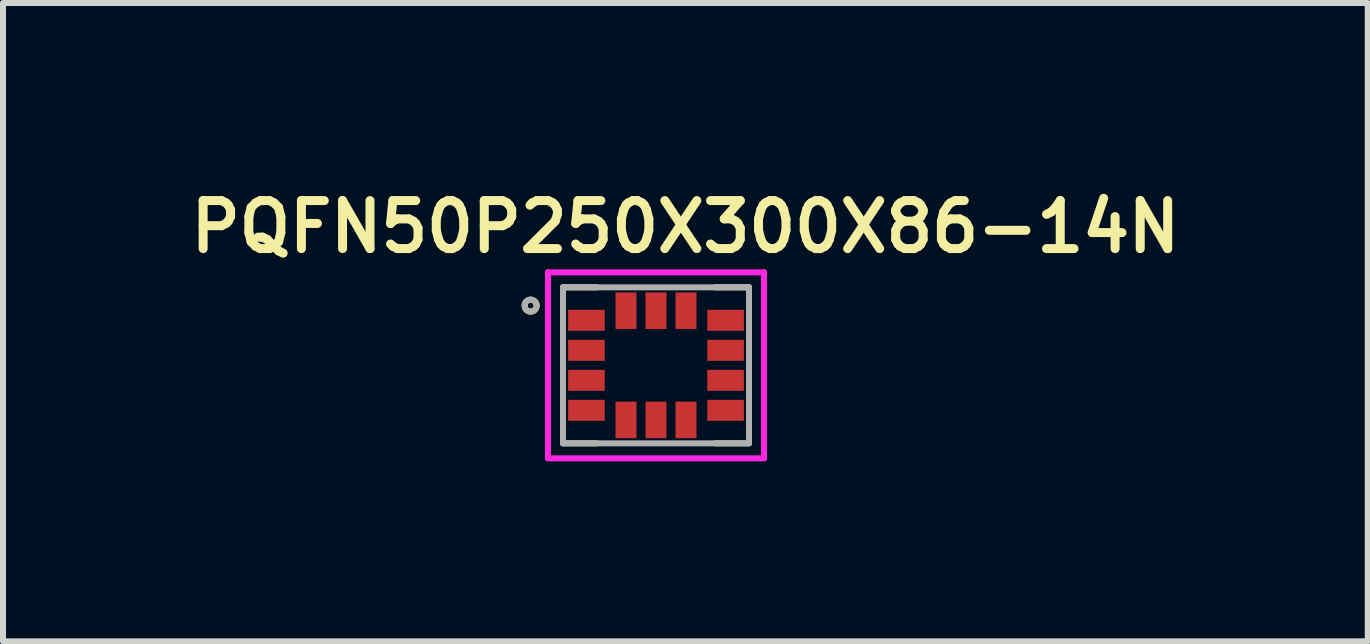
<source format=kicad_pcb>
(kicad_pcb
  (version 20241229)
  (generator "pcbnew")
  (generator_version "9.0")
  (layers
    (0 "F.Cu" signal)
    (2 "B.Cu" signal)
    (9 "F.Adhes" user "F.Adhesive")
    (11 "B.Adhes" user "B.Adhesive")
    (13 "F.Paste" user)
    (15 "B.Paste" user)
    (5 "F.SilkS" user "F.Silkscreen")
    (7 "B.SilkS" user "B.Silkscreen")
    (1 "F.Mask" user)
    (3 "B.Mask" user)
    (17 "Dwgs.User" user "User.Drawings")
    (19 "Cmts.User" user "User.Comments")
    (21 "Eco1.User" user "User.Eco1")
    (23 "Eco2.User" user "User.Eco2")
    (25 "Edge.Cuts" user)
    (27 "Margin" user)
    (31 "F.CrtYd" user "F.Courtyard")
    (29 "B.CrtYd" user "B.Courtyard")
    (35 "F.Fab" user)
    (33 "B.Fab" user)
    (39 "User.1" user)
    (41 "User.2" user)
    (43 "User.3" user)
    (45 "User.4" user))
  (footprint "PQFN50P250X300X86-14N"
    (layer "F.Cu")
    (at 7.884 3.039)
    (property "Reference" "PQFN50P250X300X86-14N" (at 0.49 -2.308 0) (layer "F.SilkS") (effects (font (size 0.8 0.8) (thickness 0.15))))
    (attr through_hole)
    (fp_line (start -1.55 1.3) (end -0.99 1.3) (stroke (width 0.1) (type solid)) (layer "F.SilkS"))
    (fp_line (start -0.99 -1.3) (end -1.55 -1.3) (stroke (width 0.1) (type solid)) (layer "F.SilkS"))
    (fp_line (start 0.99 -1.3) (end 1.55 -1.3) (stroke (width 0.1) (type solid)) (layer "F.SilkS"))
    (fp_line (start 0.99 1.3) (end 1.55 1.3) (stroke (width 0.1) (type solid)) (layer "F.SilkS"))
    (fp_circle (center -2.09 -0.995) (end -1.99 -0.995) (stroke (width 0.1) (type solid)) (fill no) (layer "F.SilkS"))
    (fp_line (start -1.8 -1.55) (end 1.8 -1.55) (stroke (width 0.1) (type solid)) (layer "F.CrtYd"))
    (fp_line (start -1.8 1.55) (end -1.8 -1.55) (stroke (width 0.1) (type solid)) (layer "F.CrtYd"))
    (fp_line (start 1.8 -1.55) (end 1.8 1.55) (stroke (width 0.1) (type solid)) (layer "F.CrtYd"))
    (fp_line (start 1.8 1.55) (end -1.8 1.55) (stroke (width 0.1) (type solid)) (layer "F.CrtYd"))
    (fp_line (start -1.55 -1.3) (end 1.55 -1.3) (stroke (width 0.1) (type solid)) (layer "F.Fab"))
    (fp_line (start -1.55 1.3) (end -1.55 -1.3) (stroke (width 0.1) (type solid)) (layer "F.Fab"))
    (fp_line (start 1.55 -1.3) (end 1.55 1.3) (stroke (width 0.1) (type solid)) (layer "F.Fab"))
    (fp_line (start 1.55 1.3) (end -1.55 1.3) (stroke (width 0.1) (type solid)) (layer "F.Fab"))
    (fp_circle (center -2.09 -0.995) (end -1.99 -0.995) (stroke (width 0.1) (type solid)) (fill no) (layer "F.Fab"))
    (pad "1" smd rect (at -1.16 -0.75) (size 0.61 0.35) (layers "F.Cu" "F.Mask" "F.Paste"))
    (pad "2" smd rect (at -1.16 -0.25) (size 0.61 0.35) (layers "F.Cu" "F.Mask" "F.Paste"))
    (pad "3" smd rect (at -1.16 0.25) (size 0.61 0.35) (layers "F.Cu" "F.Mask" "F.Paste"))
    (pad "4" smd rect (at -1.16 0.75) (size 0.61 0.35) (layers "F.Cu" "F.Mask" "F.Paste"))
    (pad "5" smd rect (at -0.5 0.91) (size 0.35 0.61) (layers "F.Cu" "F.Mask" "F.Paste"))
    (pad "6" smd rect (at 0 0.91) (size 0.35 0.61) (layers "F.Cu" "F.Mask" "F.Paste"))
    (pad "7" smd rect (at 0.5 0.91) (size 0.35 0.61) (layers "F.Cu" "F.Mask" "F.Paste"))
    (pad "8" smd rect (at 1.16 0.75) (size 0.61 0.35) (layers "F.Cu" "F.Mask" "F.Paste"))
    (pad "9" smd rect (at 1.16 0.25) (size 0.61 0.35) (layers "F.Cu" "F.Mask" "F.Paste"))
    (pad "10" smd rect (at 1.16 -0.25) (size 0.61 0.35) (layers "F.Cu" "F.Mask" "F.Paste"))
    (pad "11" smd rect (at 1.16 -0.75) (size 0.61 0.35) (layers "F.Cu" "F.Mask" "F.Paste"))
    (pad "12" smd rect (at 0.5 -0.91) (size 0.35 0.61) (layers "F.Cu" "F.Mask" "F.Paste"))
    (pad "13" smd rect (at 0 -0.91) (size 0.35 0.61) (layers "F.Cu" "F.Mask" "F.Paste"))
    (pad "14" smd rect (at -0.5 -0.91) (size 0.35 0.61) (layers "F.Cu" "F.Mask" "F.Paste")))
  (gr_rect
    (start -3 -3)
    (end 19.747 7.639)
    (stroke (width 0.1) (type default))
    (fill no)
    (layer "Edge.Cuts")))
</source>
